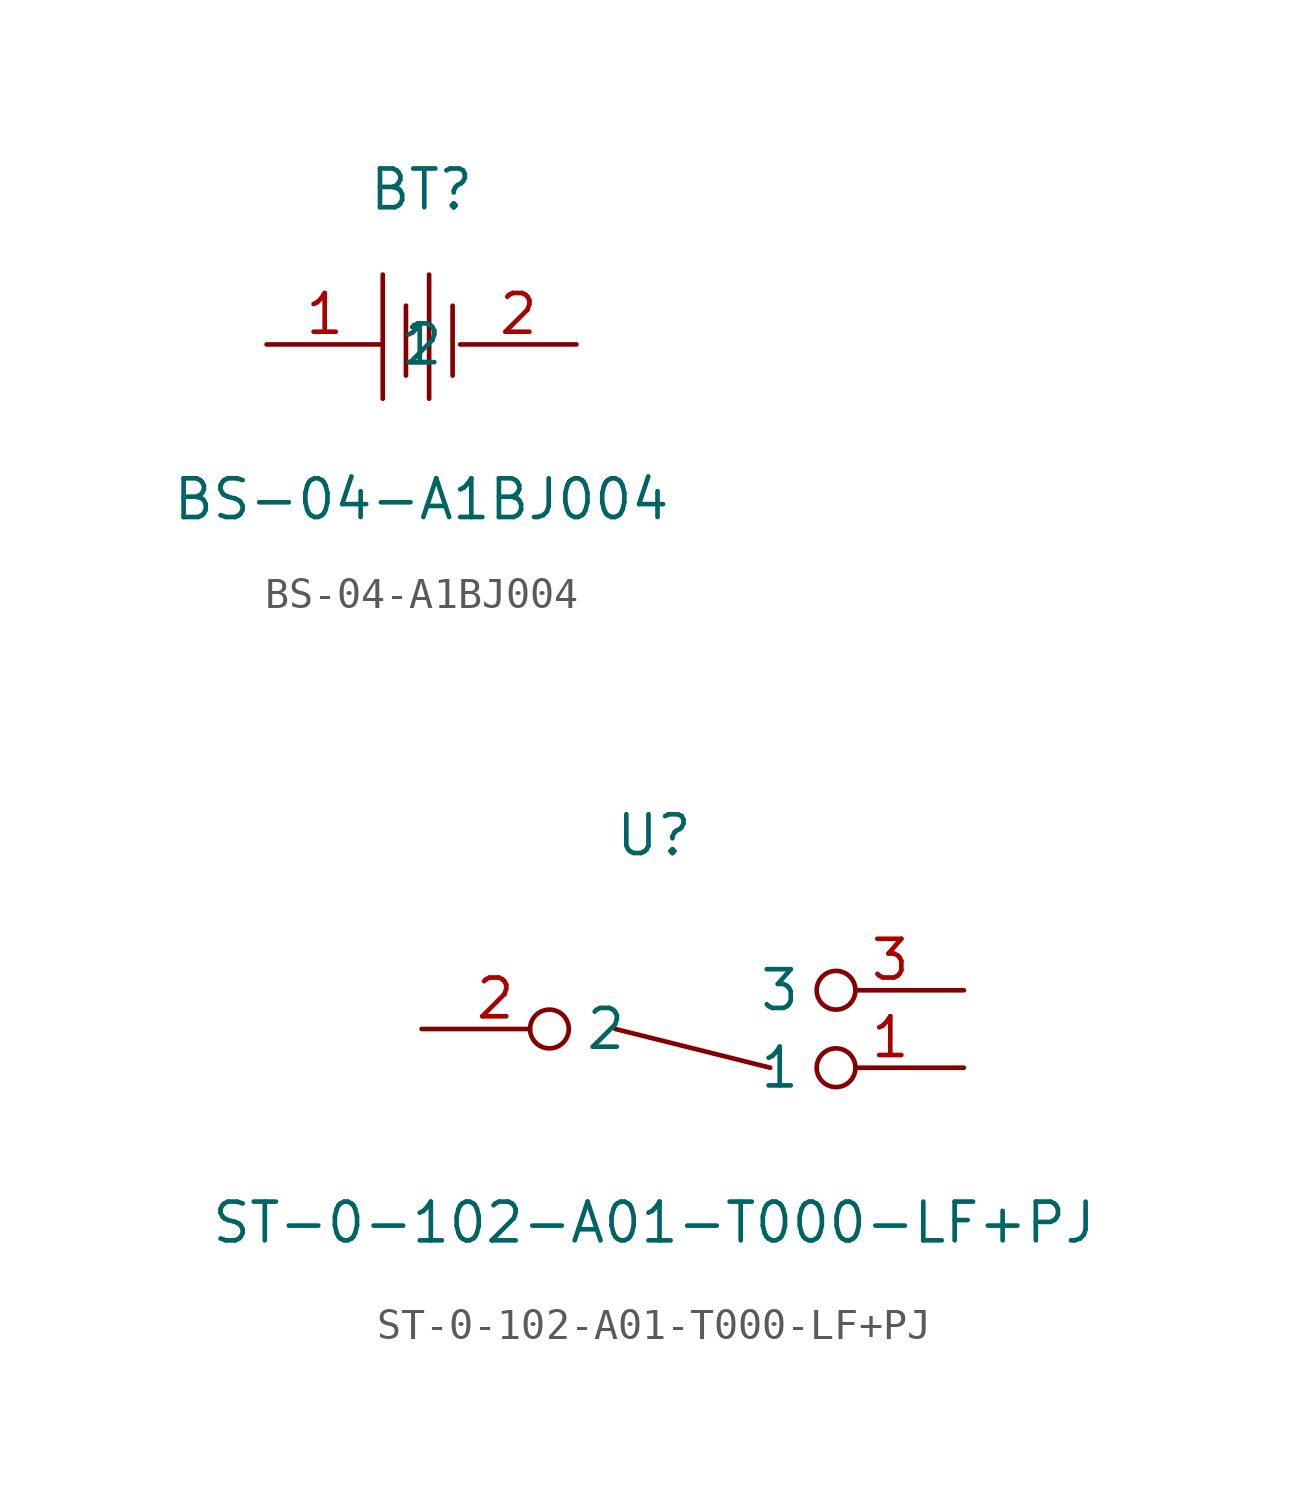
<source format=kicad_sym>
(kicad_symbol_lib
  (version 20211014)
  (generator https://github.com/uPesy/easyeda2kicad.py)
  (symbol "BS-04-A1BJ004"
    (property "Reference" "BT"
      (at 0 5.08 0)
      (effects (font (size 1.27 1.27))))
    (property "Value" "BS-04-A1BJ004"
      (at 0 -5.08 0)
      (effects (font (size 1.27 1.27))))
    (symbol "BS-04-A1BJ004_0_1"
      (polyline (pts (xy 1.02 1.27) (xy 1.02 -1.02)) (stroke (width 0) (type default) (color 0 0 0 0)) (fill (type none)))
      (polyline (pts (xy 0.25 2.29) (xy 0.25 -1.78)) (stroke (width 0) (type default) (color 0 0 0 0)) (fill (type none)))
      (polyline (pts (xy -0.51 1.27) (xy -0.51 -1.02)) (stroke (width 0) (type default) (color 0 0 0 0)) (fill (type none)))
      (polyline (pts (xy -1.27 2.29) (xy -1.27 -1.78)) (stroke (width 0) (type default) (color 0 0 0 0)) (fill (type none)))
      (pin input line (at 5.08 -0.00 180) (length 3.81) (name "2" (effects (font (size 1.27 1.27)))) (number "2" (effects (font (size 1.27 1.27)))))
      (pin input line (at -5.08 -0.00 0) (length 3.81) (name "1" (effects (font (size 1.27 1.27)))) (number "1" (effects (font (size 1.27 1.27)))))))
  (symbol "ST-0-102-A01-T000-LF+PJ"
    (property "Reference" "U"
      (at 0 5.08 0)
      (effects (font (size 1.27 1.27))))
    (property "Value" "ST-0-102-A01-T000-LF+PJ"
      (at 0 -7.62 0)
      (effects (font (size 1.27 1.27))))
    (symbol "ST-0-102-A01-T000-LF+PJ_0_1"
      (polyline (pts (xy -1.27 -1.27) (xy 3.81 -2.54)) (stroke (width 0) (type default) (color 0 0 0 0)) (fill (type none)))
      (pin unspecified inverted (at 10.16 -0.00 180) (length 4.826) (name "3" (effects (font (size 1.27 1.27)))) (number "3" (effects (font (size 1.27 1.27)))))
      (pin unspecified inverted (at 10.16 -2.54 180) (length 4.826) (name "1" (effects (font (size 1.27 1.27)))) (number "1" (effects (font (size 1.27 1.27)))))
      (pin unspecified inverted (at -7.62 -1.27 0) (length 4.826) (name "2" (effects (font (size 1.27 1.27)))) (number "2" (effects (font (size 1.27 1.27))))))))
</source>
